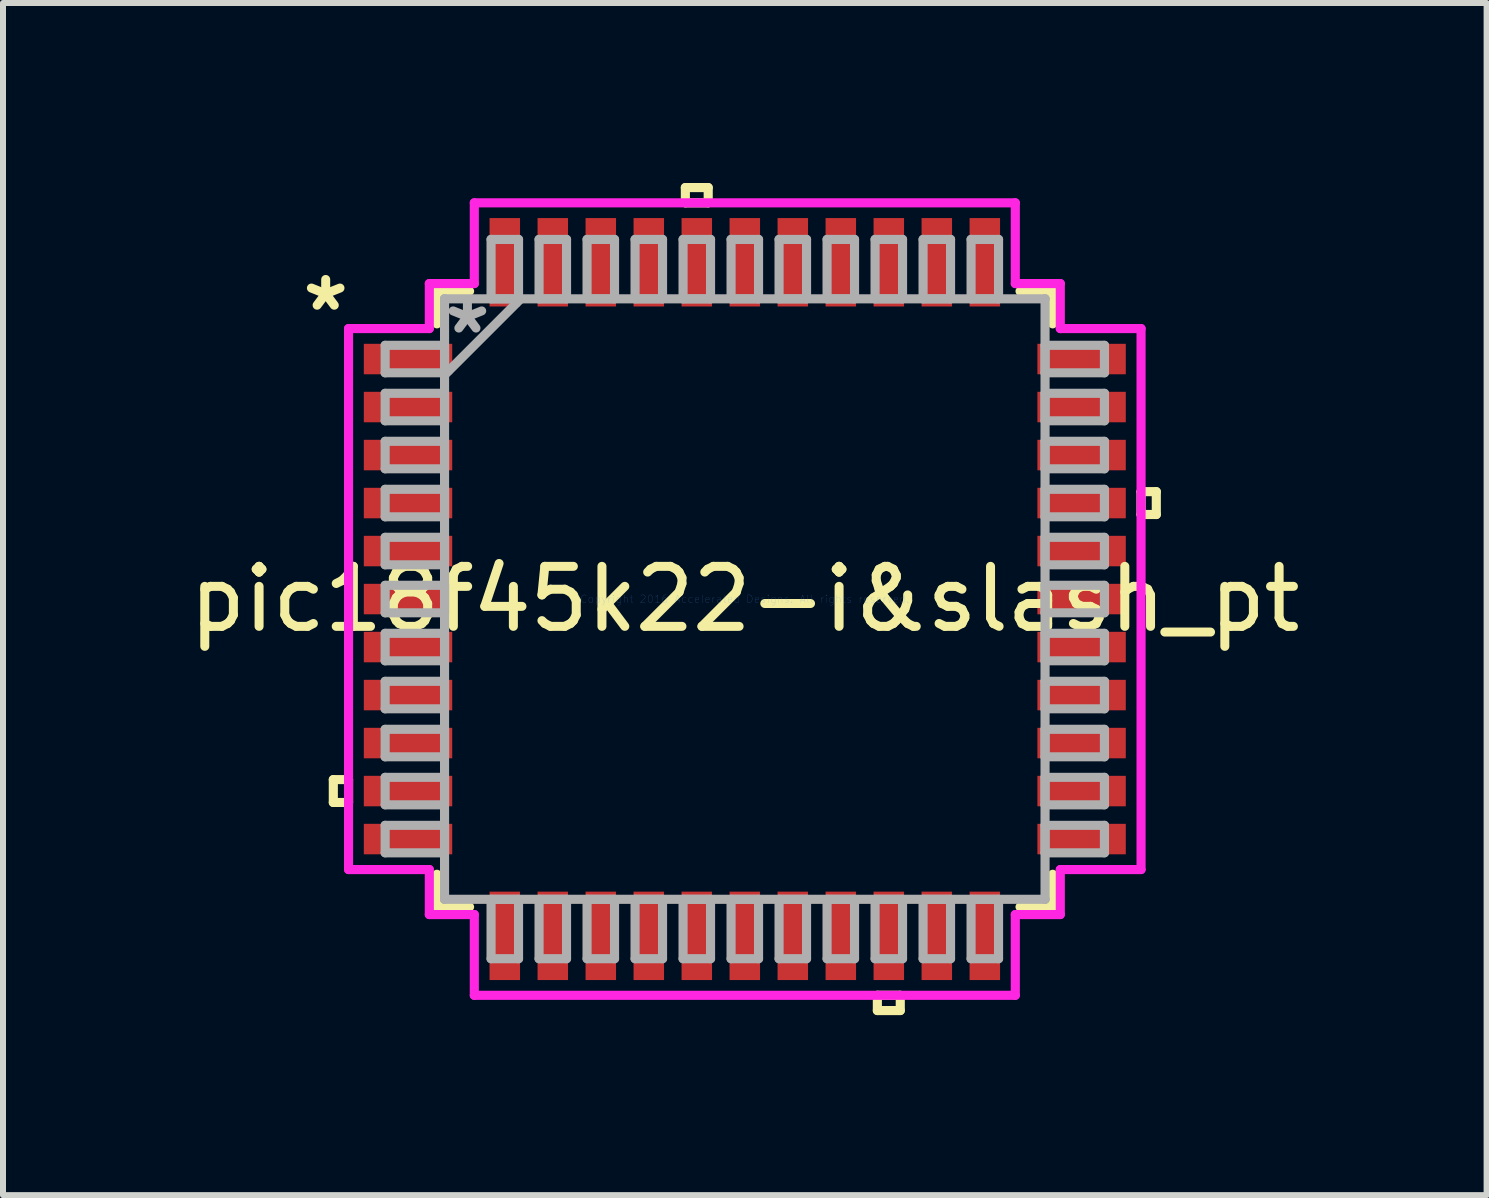
<source format=kicad_pcb>
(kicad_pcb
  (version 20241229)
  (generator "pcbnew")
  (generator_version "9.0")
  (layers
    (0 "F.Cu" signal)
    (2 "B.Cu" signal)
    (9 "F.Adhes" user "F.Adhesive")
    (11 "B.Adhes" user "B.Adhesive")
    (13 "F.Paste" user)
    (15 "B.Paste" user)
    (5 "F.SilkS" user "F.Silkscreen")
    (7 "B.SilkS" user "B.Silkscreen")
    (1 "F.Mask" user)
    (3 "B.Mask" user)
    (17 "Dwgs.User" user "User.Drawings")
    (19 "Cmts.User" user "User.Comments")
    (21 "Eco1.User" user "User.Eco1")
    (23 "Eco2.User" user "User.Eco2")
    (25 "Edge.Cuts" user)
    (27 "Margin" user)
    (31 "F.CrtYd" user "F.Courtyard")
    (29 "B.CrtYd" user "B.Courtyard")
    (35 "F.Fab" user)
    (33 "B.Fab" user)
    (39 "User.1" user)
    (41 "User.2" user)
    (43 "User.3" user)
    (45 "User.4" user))
  (footprint "pic18f45k22-i&slash_pt"
    (layer "F.Cu")
    (at 9.363 6.934)
    (property "Reference" "pic18f45k22-i&slash_pt" (at 0 0 0) (layer "F.SilkS") (effects (font (size 1 1) (thickness 0.15))))
    (attr through_hole)
    (fp_line (start -6.858 3.009) (end -6.858 3.39) (stroke (width 0.152) (type solid)) (layer "F.SilkS"))
    (fp_line (start -6.858 3.39) (end -6.604 3.39) (stroke (width 0.152) (type solid)) (layer "F.SilkS"))
    (fp_line (start -6.604 3.009) (end -6.858 3.009) (stroke (width 0.152) (type solid)) (layer "F.SilkS"))
    (fp_line (start -6.604 3.39) (end -6.604 3.009) (stroke (width 0.152) (type solid)) (layer "F.SilkS"))
    (fp_line (start -5.131 -5.131) (end -5.131 -4.587) (stroke (width 0.152) (type solid)) (layer "F.SilkS"))
    (fp_line (start -5.131 4.587) (end -5.131 5.131) (stroke (width 0.152) (type solid)) (layer "F.SilkS"))
    (fp_line (start -5.131 5.131) (end -4.587 5.131) (stroke (width 0.152) (type solid)) (layer "F.SilkS"))
    (fp_line (start -4.587 -5.131) (end -5.131 -5.131) (stroke (width 0.152) (type solid)) (layer "F.SilkS"))
    (fp_line (start -0.991 -6.858) (end -0.61 -6.858) (stroke (width 0.152) (type solid)) (layer "F.SilkS"))
    (fp_line (start -0.991 -6.604) (end -0.991 -6.858) (stroke (width 0.152) (type solid)) (layer "F.SilkS"))
    (fp_line (start -0.61 -6.858) (end -0.61 -6.604) (stroke (width 0.152) (type solid)) (layer "F.SilkS"))
    (fp_line (start -0.61 -6.604) (end -0.991 -6.604) (stroke (width 0.152) (type solid)) (layer "F.SilkS"))
    (fp_line (start 2.209 6.604) (end 2.209 6.858) (stroke (width 0.152) (type solid)) (layer "F.SilkS"))
    (fp_line (start 2.209 6.858) (end 2.591 6.858) (stroke (width 0.152) (type solid)) (layer "F.SilkS"))
    (fp_line (start 2.591 6.604) (end 2.209 6.604) (stroke (width 0.152) (type solid)) (layer "F.SilkS"))
    (fp_line (start 2.591 6.858) (end 2.591 6.604) (stroke (width 0.152) (type solid)) (layer "F.SilkS"))
    (fp_line (start 4.587 5.131) (end 5.131 5.131) (stroke (width 0.152) (type solid)) (layer "F.SilkS"))
    (fp_line (start 5.131 -5.131) (end 4.587 -5.131) (stroke (width 0.152) (type solid)) (layer "F.SilkS"))
    (fp_line (start 5.131 -4.587) (end 5.131 -5.131) (stroke (width 0.152) (type solid)) (layer "F.SilkS"))
    (fp_line (start 5.131 5.131) (end 5.131 4.587) (stroke (width 0.152) (type solid)) (layer "F.SilkS"))
    (fp_line (start 6.604 -1.79) (end 6.858 -1.79) (stroke (width 0.152) (type solid)) (layer "F.SilkS"))
    (fp_line (start 6.604 -1.409) (end 6.604 -1.79) (stroke (width 0.152) (type solid)) (layer "F.SilkS"))
    (fp_line (start 6.858 -1.79) (end 6.858 -1.409) (stroke (width 0.152) (type solid)) (layer "F.SilkS"))
    (fp_line (start 6.858 -1.409) (end 6.604 -1.409) (stroke (width 0.152) (type solid)) (layer "F.SilkS"))
    (fp_line (start -6.604 -4.508) (end -5.258 -4.508) (stroke (width 0.152) (type solid)) (layer "F.CrtYd"))
    (fp_line (start -6.604 4.508) (end -6.604 -4.508) (stroke (width 0.152) (type solid)) (layer "F.CrtYd"))
    (fp_line (start -5.258 -5.258) (end -4.508 -5.258) (stroke (width 0.152) (type solid)) (layer "F.CrtYd"))
    (fp_line (start -5.258 -4.508) (end -5.258 -5.258) (stroke (width 0.152) (type solid)) (layer "F.CrtYd"))
    (fp_line (start -5.258 4.508) (end -6.604 4.508) (stroke (width 0.152) (type solid)) (layer "F.CrtYd"))
    (fp_line (start -5.258 5.258) (end -5.258 4.508) (stroke (width 0.152) (type solid)) (layer "F.CrtYd"))
    (fp_line (start -4.508 -6.604) (end 4.508 -6.604) (stroke (width 0.152) (type solid)) (layer "F.CrtYd"))
    (fp_line (start -4.508 -5.258) (end -4.508 -6.604) (stroke (width 0.152) (type solid)) (layer "F.CrtYd"))
    (fp_line (start -4.508 5.258) (end -5.258 5.258) (stroke (width 0.152) (type solid)) (layer "F.CrtYd"))
    (fp_line (start -4.508 6.604) (end -4.508 5.258) (stroke (width 0.152) (type solid)) (layer "F.CrtYd"))
    (fp_line (start 4.508 -6.604) (end 4.508 -5.258) (stroke (width 0.152) (type solid)) (layer "F.CrtYd"))
    (fp_line (start 4.508 -5.258) (end 5.258 -5.258) (stroke (width 0.152) (type solid)) (layer "F.CrtYd"))
    (fp_line (start 4.508 5.258) (end 4.508 6.604) (stroke (width 0.152) (type solid)) (layer "F.CrtYd"))
    (fp_line (start 4.508 6.604) (end -4.508 6.604) (stroke (width 0.152) (type solid)) (layer "F.CrtYd"))
    (fp_line (start 5.258 -5.258) (end 5.258 -4.508) (stroke (width 0.152) (type solid)) (layer "F.CrtYd"))
    (fp_line (start 5.258 -4.508) (end 6.604 -4.508) (stroke (width 0.152) (type solid)) (layer "F.CrtYd"))
    (fp_line (start 5.258 4.508) (end 5.258 5.258) (stroke (width 0.152) (type solid)) (layer "F.CrtYd"))
    (fp_line (start 5.258 5.258) (end 4.508 5.258) (stroke (width 0.152) (type solid)) (layer "F.CrtYd"))
    (fp_line (start 6.604 -4.508) (end 6.604 4.508) (stroke (width 0.152) (type solid)) (layer "F.CrtYd"))
    (fp_line (start 6.604 4.508) (end 5.258 4.508) (stroke (width 0.152) (type solid)) (layer "F.CrtYd"))
    (fp_line (start -5.994 -4.229) (end -5.994 -3.771) (stroke (width 0.152) (type solid)) (layer "F.Fab"))
    (fp_line (start -5.994 -3.771) (end -5.004 -3.771) (stroke (width 0.152) (type solid)) (layer "F.Fab"))
    (fp_line (start -5.994 -3.429) (end -5.994 -2.971) (stroke (width 0.152) (type solid)) (layer "F.Fab"))
    (fp_line (start -5.994 -2.971) (end -5.004 -2.971) (stroke (width 0.152) (type solid)) (layer "F.Fab"))
    (fp_line (start -5.994 -2.629) (end -5.994 -2.171) (stroke (width 0.152) (type solid)) (layer "F.Fab"))
    (fp_line (start -5.994 -2.171) (end -5.004 -2.171) (stroke (width 0.152) (type solid)) (layer "F.Fab"))
    (fp_line (start -5.994 -1.829) (end -5.994 -1.371) (stroke (width 0.152) (type solid)) (layer "F.Fab"))
    (fp_line (start -5.994 -1.371) (end -5.004 -1.371) (stroke (width 0.152) (type solid)) (layer "F.Fab"))
    (fp_line (start -5.994 -1.029) (end -5.994 -0.571) (stroke (width 0.152) (type solid)) (layer "F.Fab"))
    (fp_line (start -5.994 -0.571) (end -5.004 -0.571) (stroke (width 0.152) (type solid)) (layer "F.Fab"))
    (fp_line (start -5.994 -0.229) (end -5.994 0.229) (stroke (width 0.152) (type solid)) (layer "F.Fab"))
    (fp_line (start -5.994 0.229) (end -5.004 0.229) (stroke (width 0.152) (type solid)) (layer "F.Fab"))
    (fp_line (start -5.994 0.571) (end -5.994 1.029) (stroke (width 0.152) (type solid)) (layer "F.Fab"))
    (fp_line (start -5.994 1.029) (end -5.004 1.029) (stroke (width 0.152) (type solid)) (layer "F.Fab"))
    (fp_line (start -5.994 1.371) (end -5.994 1.829) (stroke (width 0.152) (type solid)) (layer "F.Fab"))
    (fp_line (start -5.994 1.829) (end -5.004 1.829) (stroke (width 0.152) (type solid)) (layer "F.Fab"))
    (fp_line (start -5.994 2.171) (end -5.994 2.629) (stroke (width 0.152) (type solid)) (layer "F.Fab"))
    (fp_line (start -5.994 2.629) (end -5.004 2.629) (stroke (width 0.152) (type solid)) (layer "F.Fab"))
    (fp_line (start -5.994 2.971) (end -5.994 3.429) (stroke (width 0.152) (type solid)) (layer "F.Fab"))
    (fp_line (start -5.994 3.429) (end -5.004 3.429) (stroke (width 0.152) (type solid)) (layer "F.Fab"))
    (fp_line (start -5.994 3.771) (end -5.994 4.229) (stroke (width 0.152) (type solid)) (layer "F.Fab"))
    (fp_line (start -5.994 4.229) (end -5.004 4.229) (stroke (width 0.152) (type solid)) (layer "F.Fab"))
    (fp_line (start -5.004 -5.004) (end -5.004 -5.004) (stroke (width 0.152) (type solid)) (layer "F.Fab"))
    (fp_line (start -5.004 -5.004) (end -5.004 5.004) (stroke (width 0.152) (type solid)) (layer "F.Fab"))
    (fp_line (start -5.004 -4.229) (end -5.994 -4.229) (stroke (width 0.152) (type solid)) (layer "F.Fab"))
    (fp_line (start -5.004 -3.771) (end -5.004 -4.229) (stroke (width 0.152) (type solid)) (layer "F.Fab"))
    (fp_line (start -5.004 -3.734) (end -3.734 -5.004) (stroke (width 0.152) (type solid)) (layer "F.Fab"))
    (fp_line (start -5.004 -3.429) (end -5.994 -3.429) (stroke (width 0.152) (type solid)) (layer "F.Fab"))
    (fp_line (start -5.004 -2.971) (end -5.004 -3.429) (stroke (width 0.152) (type solid)) (layer "F.Fab"))
    (fp_line (start -5.004 -2.629) (end -5.994 -2.629) (stroke (width 0.152) (type solid)) (layer "F.Fab"))
    (fp_line (start -5.004 -2.171) (end -5.004 -2.629) (stroke (width 0.152) (type solid)) (layer "F.Fab"))
    (fp_line (start -5.004 -1.829) (end -5.994 -1.829) (stroke (width 0.152) (type solid)) (layer "F.Fab"))
    (fp_line (start -5.004 -1.371) (end -5.004 -1.829) (stroke (width 0.152) (type solid)) (layer "F.Fab"))
    (fp_line (start -5.004 -1.029) (end -5.994 -1.029) (stroke (width 0.152) (type solid)) (layer "F.Fab"))
    (fp_line (start -5.004 -0.571) (end -5.004 -1.029) (stroke (width 0.152) (type solid)) (layer "F.Fab"))
    (fp_line (start -5.004 -0.229) (end -5.994 -0.229) (stroke (width 0.152) (type solid)) (layer "F.Fab"))
    (fp_line (start -5.004 0.229) (end -5.004 -0.229) (stroke (width 0.152) (type solid)) (layer "F.Fab"))
    (fp_line (start -5.004 0.571) (end -5.994 0.571) (stroke (width 0.152) (type solid)) (layer "F.Fab"))
    (fp_line (start -5.004 1.029) (end -5.004 0.571) (stroke (width 0.152) (type solid)) (layer "F.Fab"))
    (fp_line (start -5.004 1.371) (end -5.994 1.371) (stroke (width 0.152) (type solid)) (layer "F.Fab"))
    (fp_line (start -5.004 1.829) (end -5.004 1.371) (stroke (width 0.152) (type solid)) (layer "F.Fab"))
    (fp_line (start -5.004 2.171) (end -5.994 2.171) (stroke (width 0.152) (type solid)) (layer "F.Fab"))
    (fp_line (start -5.004 2.629) (end -5.004 2.171) (stroke (width 0.152) (type solid)) (layer "F.Fab"))
    (fp_line (start -5.004 2.971) (end -5.994 2.971) (stroke (width 0.152) (type solid)) (layer "F.Fab"))
    (fp_line (start -5.004 3.429) (end -5.004 2.971) (stroke (width 0.152) (type solid)) (layer "F.Fab"))
    (fp_line (start -5.004 3.771) (end -5.994 3.771) (stroke (width 0.152) (type solid)) (layer "F.Fab"))
    (fp_line (start -5.004 4.229) (end -5.004 3.771) (stroke (width 0.152) (type solid)) (layer "F.Fab"))
    (fp_line (start -5.004 5.004) (end -5.004 5.004) (stroke (width 0.152) (type solid)) (layer "F.Fab"))
    (fp_line (start -5.004 5.004) (end 5.004 5.004) (stroke (width 0.152) (type solid)) (layer "F.Fab"))
    (fp_line (start -4.229 5.004) (end -4.229 5.994) (stroke (width 0.152) (type solid)) (layer "F.Fab"))
    (fp_line (start -4.229 5.994) (end -3.771 5.994) (stroke (width 0.152) (type solid)) (layer "F.Fab"))
    (fp_line (start -4.229 -5.994) (end -4.229 -5.004) (stroke (width 0.152) (type solid)) (layer "F.Fab"))
    (fp_line (start -4.229 -5.004) (end -3.771 -5.004) (stroke (width 0.152) (type solid)) (layer "F.Fab"))
    (fp_line (start -3.771 5.004) (end -4.229 5.004) (stroke (width 0.152) (type solid)) (layer "F.Fab"))
    (fp_line (start -3.771 5.994) (end -3.771 5.004) (stroke (width 0.152) (type solid)) (layer "F.Fab"))
    (fp_line (start -3.771 -5.994) (end -4.229 -5.994) (stroke (width 0.152) (type solid)) (layer "F.Fab"))
    (fp_line (start -3.771 -5.004) (end -3.771 -5.994) (stroke (width 0.152) (type solid)) (layer "F.Fab"))
    (fp_line (start -3.429 -5.994) (end -3.429 -5.004) (stroke (width 0.152) (type solid)) (layer "F.Fab"))
    (fp_line (start -3.429 -5.004) (end -2.971 -5.004) (stroke (width 0.152) (type solid)) (layer "F.Fab"))
    (fp_line (start -3.429 5.004) (end -3.429 5.994) (stroke (width 0.152) (type solid)) (layer "F.Fab"))
    (fp_line (start -3.429 5.994) (end -2.971 5.994) (stroke (width 0.152) (type solid)) (layer "F.Fab"))
    (fp_line (start -2.971 -5.994) (end -3.429 -5.994) (stroke (width 0.152) (type solid)) (layer "F.Fab"))
    (fp_line (start -2.971 -5.004) (end -2.971 -5.994) (stroke (width 0.152) (type solid)) (layer "F.Fab"))
    (fp_line (start -2.971 5.004) (end -3.429 5.004) (stroke (width 0.152) (type solid)) (layer "F.Fab"))
    (fp_line (start -2.971 5.994) (end -2.971 5.004) (stroke (width 0.152) (type solid)) (layer "F.Fab"))
    (fp_line (start -2.629 -5.994) (end -2.629 -5.004) (stroke (width 0.152) (type solid)) (layer "F.Fab"))
    (fp_line (start -2.629 -5.004) (end -2.171 -5.004) (stroke (width 0.152) (type solid)) (layer "F.Fab"))
    (fp_line (start -2.629 5.004) (end -2.629 5.994) (stroke (width 0.152) (type solid)) (layer "F.Fab"))
    (fp_line (start -2.629 5.994) (end -2.171 5.994) (stroke (width 0.152) (type solid)) (layer "F.Fab"))
    (fp_line (start -2.171 -5.994) (end -2.629 -5.994) (stroke (width 0.152) (type solid)) (layer "F.Fab"))
    (fp_line (start -2.171 -5.004) (end -2.171 -5.994) (stroke (width 0.152) (type solid)) (layer "F.Fab"))
    (fp_line (start -2.171 5.004) (end -2.629 5.004) (stroke (width 0.152) (type solid)) (layer "F.Fab"))
    (fp_line (start -2.171 5.994) (end -2.171 5.004) (stroke (width 0.152) (type solid)) (layer "F.Fab"))
    (fp_line (start -1.829 -5.994) (end -1.829 -5.004) (stroke (width 0.152) (type solid)) (layer "F.Fab"))
    (fp_line (start -1.829 -5.004) (end -1.371 -5.004) (stroke (width 0.152) (type solid)) (layer "F.Fab"))
    (fp_line (start -1.829 5.004) (end -1.829 5.994) (stroke (width 0.152) (type solid)) (layer "F.Fab"))
    (fp_line (start -1.829 5.994) (end -1.371 5.994) (stroke (width 0.152) (type solid)) (layer "F.Fab"))
    (fp_line (start -1.371 -5.994) (end -1.829 -5.994) (stroke (width 0.152) (type solid)) (layer "F.Fab"))
    (fp_line (start -1.371 -5.004) (end -1.371 -5.994) (stroke (width 0.152) (type solid)) (layer "F.Fab"))
    (fp_line (start -1.371 5.004) (end -1.829 5.004) (stroke (width 0.152) (type solid)) (layer "F.Fab"))
    (fp_line (start -1.371 5.994) (end -1.371 5.004) (stroke (width 0.152) (type solid)) (layer "F.Fab"))
    (fp_line (start -1.029 -5.994) (end -1.029 -5.004) (stroke (width 0.152) (type solid)) (layer "F.Fab"))
    (fp_line (start -1.029 -5.004) (end -0.571 -5.004) (stroke (width 0.152) (type solid)) (layer "F.Fab"))
    (fp_line (start -1.029 5.004) (end -1.029 5.994) (stroke (width 0.152) (type solid)) (layer "F.Fab"))
    (fp_line (start -1.029 5.994) (end -0.571 5.994) (stroke (width 0.152) (type solid)) (layer "F.Fab"))
    (fp_line (start -0.571 -5.994) (end -1.029 -5.994) (stroke (width 0.152) (type solid)) (layer "F.Fab"))
    (fp_line (start -0.571 -5.004) (end -0.571 -5.994) (stroke (width 0.152) (type solid)) (layer "F.Fab"))
    (fp_line (start -0.571 5.004) (end -1.029 5.004) (stroke (width 0.152) (type solid)) (layer "F.Fab"))
    (fp_line (start -0.571 5.994) (end -0.571 5.004) (stroke (width 0.152) (type solid)) (layer "F.Fab"))
    (fp_line (start -0.229 -5.994) (end -0.229 -5.004) (stroke (width 0.152) (type solid)) (layer "F.Fab"))
    (fp_line (start -0.229 -5.004) (end 0.229 -5.004) (stroke (width 0.152) (type solid)) (layer "F.Fab"))
    (fp_line (start -0.229 5.004) (end -0.229 5.994) (stroke (width 0.152) (type solid)) (layer "F.Fab"))
    (fp_line (start -0.229 5.994) (end 0.229 5.994) (stroke (width 0.152) (type solid)) (layer "F.Fab"))
    (fp_line (start 0.229 -5.994) (end -0.229 -5.994) (stroke (width 0.152) (type solid)) (layer "F.Fab"))
    (fp_line (start 0.229 -5.004) (end 0.229 -5.994) (stroke (width 0.152) (type solid)) (layer "F.Fab"))
    (fp_line (start 0.229 5.004) (end -0.229 5.004) (stroke (width 0.152) (type solid)) (layer "F.Fab"))
    (fp_line (start 0.229 5.994) (end 0.229 5.004) (stroke (width 0.152) (type solid)) (layer "F.Fab"))
    (fp_line (start 0.571 -5.994) (end 0.571 -5.004) (stroke (width 0.152) (type solid)) (layer "F.Fab"))
    (fp_line (start 0.571 -5.004) (end 1.029 -5.004) (stroke (width 0.152) (type solid)) (layer "F.Fab"))
    (fp_line (start 0.571 5.004) (end 0.571 5.994) (stroke (width 0.152) (type solid)) (layer "F.Fab"))
    (fp_line (start 0.571 5.994) (end 1.029 5.994) (stroke (width 0.152) (type solid)) (layer "F.Fab"))
    (fp_line (start 1.029 -5.994) (end 0.571 -5.994) (stroke (width 0.152) (type solid)) (layer "F.Fab"))
    (fp_line (start 1.029 -5.004) (end 1.029 -5.994) (stroke (width 0.152) (type solid)) (layer "F.Fab"))
    (fp_line (start 1.029 5.004) (end 0.571 5.004) (stroke (width 0.152) (type solid)) (layer "F.Fab"))
    (fp_line (start 1.029 5.994) (end 1.029 5.004) (stroke (width 0.152) (type solid)) (layer "F.Fab"))
    (fp_line (start 1.371 -5.994) (end 1.371 -5.004) (stroke (width 0.152) (type solid)) (layer "F.Fab"))
    (fp_line (start 1.371 -5.004) (end 1.829 -5.004) (stroke (width 0.152) (type solid)) (layer "F.Fab"))
    (fp_line (start 1.371 5.004) (end 1.371 5.994) (stroke (width 0.152) (type solid)) (layer "F.Fab"))
    (fp_line (start 1.371 5.994) (end 1.829 5.994) (stroke (width 0.152) (type solid)) (layer "F.Fab"))
    (fp_line (start 1.829 -5.994) (end 1.371 -5.994) (stroke (width 0.152) (type solid)) (layer "F.Fab"))
    (fp_line (start 1.829 -5.004) (end 1.829 -5.994) (stroke (width 0.152) (type solid)) (layer "F.Fab"))
    (fp_line (start 1.829 5.004) (end 1.371 5.004) (stroke (width 0.152) (type solid)) (layer "F.Fab"))
    (fp_line (start 1.829 5.994) (end 1.829 5.004) (stroke (width 0.152) (type solid)) (layer "F.Fab"))
    (fp_line (start 2.171 -5.994) (end 2.171 -5.004) (stroke (width 0.152) (type solid)) (layer "F.Fab"))
    (fp_line (start 2.171 -5.004) (end 2.629 -5.004) (stroke (width 0.152) (type solid)) (layer "F.Fab"))
    (fp_line (start 2.171 5.004) (end 2.171 5.994) (stroke (width 0.152) (type solid)) (layer "F.Fab"))
    (fp_line (start 2.171 5.994) (end 2.629 5.994) (stroke (width 0.152) (type solid)) (layer "F.Fab"))
    (fp_line (start 2.629 -5.994) (end 2.171 -5.994) (stroke (width 0.152) (type solid)) (layer "F.Fab"))
    (fp_line (start 2.629 -5.004) (end 2.629 -5.994) (stroke (width 0.152) (type solid)) (layer "F.Fab"))
    (fp_line (start 2.629 5.004) (end 2.171 5.004) (stroke (width 0.152) (type solid)) (layer "F.Fab"))
    (fp_line (start 2.629 5.994) (end 2.629 5.004) (stroke (width 0.152) (type solid)) (layer "F.Fab"))
    (fp_line (start 2.971 -5.994) (end 2.971 -5.004) (stroke (width 0.152) (type solid)) (layer "F.Fab"))
    (fp_line (start 2.971 -5.004) (end 3.429 -5.004) (stroke (width 0.152) (type solid)) (layer "F.Fab"))
    (fp_line (start 2.971 5.004) (end 2.971 5.994) (stroke (width 0.152) (type solid)) (layer "F.Fab"))
    (fp_line (start 2.971 5.994) (end 3.429 5.994) (stroke (width 0.152) (type solid)) (layer "F.Fab"))
    (fp_line (start 3.429 -5.994) (end 2.971 -5.994) (stroke (width 0.152) (type solid)) (layer "F.Fab"))
    (fp_line (start 3.429 -5.004) (end 3.429 -5.994) (stroke (width 0.152) (type solid)) (layer "F.Fab"))
    (fp_line (start 3.429 5.004) (end 2.971 5.004) (stroke (width 0.152) (type solid)) (layer "F.Fab"))
    (fp_line (start 3.429 5.994) (end 3.429 5.004) (stroke (width 0.152) (type solid)) (layer "F.Fab"))
    (fp_line (start 3.771 5.004) (end 3.771 5.994) (stroke (width 0.152) (type solid)) (layer "F.Fab"))
    (fp_line (start 3.771 5.994) (end 4.229 5.994) (stroke (width 0.152) (type solid)) (layer "F.Fab"))
    (fp_line (start 3.771 -5.994) (end 3.771 -5.004) (stroke (width 0.152) (type solid)) (layer "F.Fab"))
    (fp_line (start 3.771 -5.004) (end 4.229 -5.004) (stroke (width 0.152) (type solid)) (layer "F.Fab"))
    (fp_line (start 4.229 5.004) (end 3.771 5.004) (stroke (width 0.152) (type solid)) (layer "F.Fab"))
    (fp_line (start 4.229 5.994) (end 4.229 5.004) (stroke (width 0.152) (type solid)) (layer "F.Fab"))
    (fp_line (start 4.229 -5.994) (end 3.771 -5.994) (stroke (width 0.152) (type solid)) (layer "F.Fab"))
    (fp_line (start 4.229 -5.004) (end 4.229 -5.994) (stroke (width 0.152) (type solid)) (layer "F.Fab"))
    (fp_line (start 5.004 -5.004) (end -5.004 -5.004) (stroke (width 0.152) (type solid)) (layer "F.Fab"))
    (fp_line (start 5.004 -5.004) (end 5.004 -5.004) (stroke (width 0.152) (type solid)) (layer "F.Fab"))
    (fp_line (start 5.004 -4.229) (end 5.004 -3.771) (stroke (width 0.152) (type solid)) (layer "F.Fab"))
    (fp_line (start 5.004 -3.771) (end 5.994 -3.771) (stroke (width 0.152) (type solid)) (layer "F.Fab"))
    (fp_line (start 5.004 -3.429) (end 5.004 -2.971) (stroke (width 0.152) (type solid)) (layer "F.Fab"))
    (fp_line (start 5.004 -2.971) (end 5.994 -2.971) (stroke (width 0.152) (type solid)) (layer "F.Fab"))
    (fp_line (start 5.004 -2.629) (end 5.004 -2.171) (stroke (width 0.152) (type solid)) (layer "F.Fab"))
    (fp_line (start 5.004 -2.171) (end 5.994 -2.171) (stroke (width 0.152) (type solid)) (layer "F.Fab"))
    (fp_line (start 5.004 -1.829) (end 5.004 -1.371) (stroke (width 0.152) (type solid)) (layer "F.Fab"))
    (fp_line (start 5.004 -1.371) (end 5.994 -1.371) (stroke (width 0.152) (type solid)) (layer "F.Fab"))
    (fp_line (start 5.004 -1.029) (end 5.004 -0.571) (stroke (width 0.152) (type solid)) (layer "F.Fab"))
    (fp_line (start 5.004 -0.571) (end 5.994 -0.571) (stroke (width 0.152) (type solid)) (layer "F.Fab"))
    (fp_line (start 5.004 -0.229) (end 5.004 0.229) (stroke (width 0.152) (type solid)) (layer "F.Fab"))
    (fp_line (start 5.004 0.229) (end 5.994 0.229) (stroke (width 0.152) (type solid)) (layer "F.Fab"))
    (fp_line (start 5.004 0.571) (end 5.004 1.029) (stroke (width 0.152) (type solid)) (layer "F.Fab"))
    (fp_line (start 5.004 1.029) (end 5.994 1.029) (stroke (width 0.152) (type solid)) (layer "F.Fab"))
    (fp_line (start 5.004 1.371) (end 5.004 1.829) (stroke (width 0.152) (type solid)) (layer "F.Fab"))
    (fp_line (start 5.004 1.829) (end 5.994 1.829) (stroke (width 0.152) (type solid)) (layer "F.Fab"))
    (fp_line (start 5.004 2.171) (end 5.004 2.629) (stroke (width 0.152) (type solid)) (layer "F.Fab"))
    (fp_line (start 5.004 2.629) (end 5.994 2.629) (stroke (width 0.152) (type solid)) (layer "F.Fab"))
    (fp_line (start 5.004 2.971) (end 5.004 3.429) (stroke (width 0.152) (type solid)) (layer "F.Fab"))
    (fp_line (start 5.004 3.429) (end 5.994 3.429) (stroke (width 0.152) (type solid)) (layer "F.Fab"))
    (fp_line (start 5.004 3.771) (end 5.004 4.229) (stroke (width 0.152) (type solid)) (layer "F.Fab"))
    (fp_line (start 5.004 4.229) (end 5.994 4.229) (stroke (width 0.152) (type solid)) (layer "F.Fab"))
    (fp_line (start 5.004 5.004) (end 5.004 -5.004) (stroke (width 0.152) (type solid)) (layer "F.Fab"))
    (fp_line (start 5.004 5.004) (end 5.004 5.004) (stroke (width 0.152) (type solid)) (layer "F.Fab"))
    (fp_line (start 5.994 -4.229) (end 5.004 -4.229) (stroke (width 0.152) (type solid)) (layer "F.Fab"))
    (fp_line (start 5.994 -3.771) (end 5.994 -4.229) (stroke (width 0.152) (type solid)) (layer "F.Fab"))
    (fp_line (start 5.994 -3.429) (end 5.004 -3.429) (stroke (width 0.152) (type solid)) (layer "F.Fab"))
    (fp_line (start 5.994 -2.971) (end 5.994 -3.429) (stroke (width 0.152) (type solid)) (layer "F.Fab"))
    (fp_line (start 5.994 -2.629) (end 5.004 -2.629) (stroke (width 0.152) (type solid)) (layer "F.Fab"))
    (fp_line (start 5.994 -2.171) (end 5.994 -2.629) (stroke (width 0.152) (type solid)) (layer "F.Fab"))
    (fp_line (start 5.994 -1.829) (end 5.004 -1.829) (stroke (width 0.152) (type solid)) (layer "F.Fab"))
    (fp_line (start 5.994 -1.371) (end 5.994 -1.829) (stroke (width 0.152) (type solid)) (layer "F.Fab"))
    (fp_line (start 5.994 -1.029) (end 5.004 -1.029) (stroke (width 0.152) (type solid)) (layer "F.Fab"))
    (fp_line (start 5.994 -0.571) (end 5.994 -1.029) (stroke (width 0.152) (type solid)) (layer "F.Fab"))
    (fp_line (start 5.994 -0.229) (end 5.004 -0.229) (stroke (width 0.152) (type solid)) (layer "F.Fab"))
    (fp_line (start 5.994 0.229) (end 5.994 -0.229) (stroke (width 0.152) (type solid)) (layer "F.Fab"))
    (fp_line (start 5.994 0.571) (end 5.004 0.571) (stroke (width 0.152) (type solid)) (layer "F.Fab"))
    (fp_line (start 5.994 1.029) (end 5.994 0.571) (stroke (width 0.152) (type solid)) (layer "F.Fab"))
    (fp_line (start 5.994 1.371) (end 5.004 1.371) (stroke (width 0.152) (type solid)) (layer "F.Fab"))
    (fp_line (start 5.994 1.829) (end 5.994 1.371) (stroke (width 0.152) (type solid)) (layer "F.Fab"))
    (fp_line (start 5.994 2.171) (end 5.004 2.171) (stroke (width 0.152) (type solid)) (layer "F.Fab"))
    (fp_line (start 5.994 2.629) (end 5.994 2.171) (stroke (width 0.152) (type solid)) (layer "F.Fab"))
    (fp_line (start 5.994 2.971) (end 5.004 2.971) (stroke (width 0.152) (type solid)) (layer "F.Fab"))
    (fp_line (start 5.994 3.429) (end 5.994 2.971) (stroke (width 0.152) (type solid)) (layer "F.Fab"))
    (fp_line (start 5.994 3.771) (end 5.004 3.771) (stroke (width 0.152) (type solid)) (layer "F.Fab"))
    (fp_line (start 5.994 4.229) (end 5.994 3.771) (stroke (width 0.152) (type solid)) (layer "F.Fab"))
    (fp_text user "*" (at -6.985 -4.781 0) (layer "F.SilkS") (effects (font (size 1 1) (thickness 0.15))))
    (fp_text user "Copyright 2016 Accelerated Designs. All rights reserved." (at 0 0 0) (layer "Cmts.User") (effects (font (size 0.127 0.127) (thickness 0.002))))
    (fp_text user "*" (at -4.623 -4.4 0) (layer "F.Fab") (effects (font (size 1 1) (thickness 0.15))))
    (pad "1" smd rect (at -5.613 -4 90) (size 0.508 1.473) (layers "F.Cu" "F.Mask" "F.Paste"))
    (pad "2" smd rect (at -5.613 -3.2 90) (size 0.508 1.473) (layers "F.Cu" "F.Mask" "F.Paste"))
    (pad "3" smd rect (at -5.613 -2.4 90) (size 0.508 1.473) (layers "F.Cu" "F.Mask" "F.Paste"))
    (pad "4" smd rect (at -5.613 -1.6 90) (size 0.508 1.473) (layers "F.Cu" "F.Mask" "F.Paste"))
    (pad "5" smd rect (at -5.613 -0.8 90) (size 0.508 1.473) (layers "F.Cu" "F.Mask" "F.Paste"))
    (pad "6" smd rect (at -5.613 0 90) (size 0.508 1.473) (layers "F.Cu" "F.Mask" "F.Paste"))
    (pad "7" smd rect (at -5.613 0.8 90) (size 0.508 1.473) (layers "F.Cu" "F.Mask" "F.Paste"))
    (pad "8" smd rect (at -5.613 1.6 90) (size 0.508 1.473) (layers "F.Cu" "F.Mask" "F.Paste"))
    (pad "9" smd rect (at -5.613 2.4 90) (size 0.508 1.473) (layers "F.Cu" "F.Mask" "F.Paste"))
    (pad "10" smd rect (at -5.613 3.2 90) (size 0.508 1.473) (layers "F.Cu" "F.Mask" "F.Paste"))
    (pad "11" smd rect (at -5.613 4 90) (size 0.508 1.473) (layers "F.Cu" "F.Mask" "F.Paste"))
    (pad "12" smd rect (at -4 5.613) (size 0.508 1.473) (layers "F.Cu" "F.Mask" "F.Paste"))
    (pad "13" smd rect (at -3.2 5.613) (size 0.508 1.473) (layers "F.Cu" "F.Mask" "F.Paste"))
    (pad "14" smd rect (at -2.4 5.613) (size 0.508 1.473) (layers "F.Cu" "F.Mask" "F.Paste"))
    (pad "15" smd rect (at -1.6 5.613) (size 0.508 1.473) (layers "F.Cu" "F.Mask" "F.Paste"))
    (pad "16" smd rect (at -0.8 5.613) (size 0.508 1.473) (layers "F.Cu" "F.Mask" "F.Paste"))
    (pad "17" smd rect (at 0 5.613) (size 0.508 1.473) (layers "F.Cu" "F.Mask" "F.Paste"))
    (pad "18" smd rect (at 0.8 5.613) (size 0.508 1.473) (layers "F.Cu" "F.Mask" "F.Paste"))
    (pad "19" smd rect (at 1.6 5.613) (size 0.508 1.473) (layers "F.Cu" "F.Mask" "F.Paste"))
    (pad "20" smd rect (at 2.4 5.613) (size 0.508 1.473) (layers "F.Cu" "F.Mask" "F.Paste"))
    (pad "21" smd rect (at 3.2 5.613) (size 0.508 1.473) (layers "F.Cu" "F.Mask" "F.Paste"))
    (pad "22" smd rect (at 4 5.613) (size 0.508 1.473) (layers "F.Cu" "F.Mask" "F.Paste"))
    (pad "23" smd rect (at 5.613 4 90) (size 0.508 1.473) (layers "F.Cu" "F.Mask" "F.Paste"))
    (pad "24" smd rect (at 5.613 3.2 90) (size 0.508 1.473) (layers "F.Cu" "F.Mask" "F.Paste"))
    (pad "25" smd rect (at 5.613 2.4 90) (size 0.508 1.473) (layers "F.Cu" "F.Mask" "F.Paste"))
    (pad "26" smd rect (at 5.613 1.6 90) (size 0.508 1.473) (layers "F.Cu" "F.Mask" "F.Paste"))
    (pad "27" smd rect (at 5.613 0.8 90) (size 0.508 1.473) (layers "F.Cu" "F.Mask" "F.Paste"))
    (pad "28" smd rect (at 5.613 0 90) (size 0.508 1.473) (layers "F.Cu" "F.Mask" "F.Paste"))
    (pad "29" smd rect (at 5.613 -0.8 90) (size 0.508 1.473) (layers "F.Cu" "F.Mask" "F.Paste"))
    (pad "30" smd rect (at 5.613 -1.6 90) (size 0.508 1.473) (layers "F.Cu" "F.Mask" "F.Paste"))
    (pad "31" smd rect (at 5.613 -2.4 90) (size 0.508 1.473) (layers "F.Cu" "F.Mask" "F.Paste"))
    (pad "32" smd rect (at 5.613 -3.2 90) (size 0.508 1.473) (layers "F.Cu" "F.Mask" "F.Paste"))
    (pad "33" smd rect (at 5.613 -4 90) (size 0.508 1.473) (layers "F.Cu" "F.Mask" "F.Paste"))
    (pad "34" smd rect (at 4 -5.613) (size 0.508 1.473) (layers "F.Cu" "F.Mask" "F.Paste"))
    (pad "35" smd rect (at 3.2 -5.613) (size 0.508 1.473) (layers "F.Cu" "F.Mask" "F.Paste"))
    (pad "36" smd rect (at 2.4 -5.613) (size 0.508 1.473) (layers "F.Cu" "F.Mask" "F.Paste"))
    (pad "37" smd rect (at 1.6 -5.613) (size 0.508 1.473) (layers "F.Cu" "F.Mask" "F.Paste"))
    (pad "38" smd rect (at 0.8 -5.613) (size 0.508 1.473) (layers "F.Cu" "F.Mask" "F.Paste"))
    (pad "39" smd rect (at 0 -5.613) (size 0.508 1.473) (layers "F.Cu" "F.Mask" "F.Paste"))
    (pad "40" smd rect (at -0.8 -5.613) (size 0.508 1.473) (layers "F.Cu" "F.Mask" "F.Paste"))
    (pad "41" smd rect (at -1.6 -5.613) (size 0.508 1.473) (layers "F.Cu" "F.Mask" "F.Paste"))
    (pad "42" smd rect (at -2.4 -5.613) (size 0.508 1.473) (layers "F.Cu" "F.Mask" "F.Paste"))
    (pad "43" smd rect (at -3.2 -5.613) (size 0.508 1.473) (layers "F.Cu" "F.Mask" "F.Paste"))
    (pad "44" smd rect (at -4 -5.613) (size 0.508 1.473) (layers "F.Cu" "F.Mask" "F.Paste")))
  (gr_rect
    (start -3 -3)
    (end 21.726 16.868)
    (stroke (width 0.1) (type default))
    (fill no)
    (layer "Edge.Cuts")))
</source>
